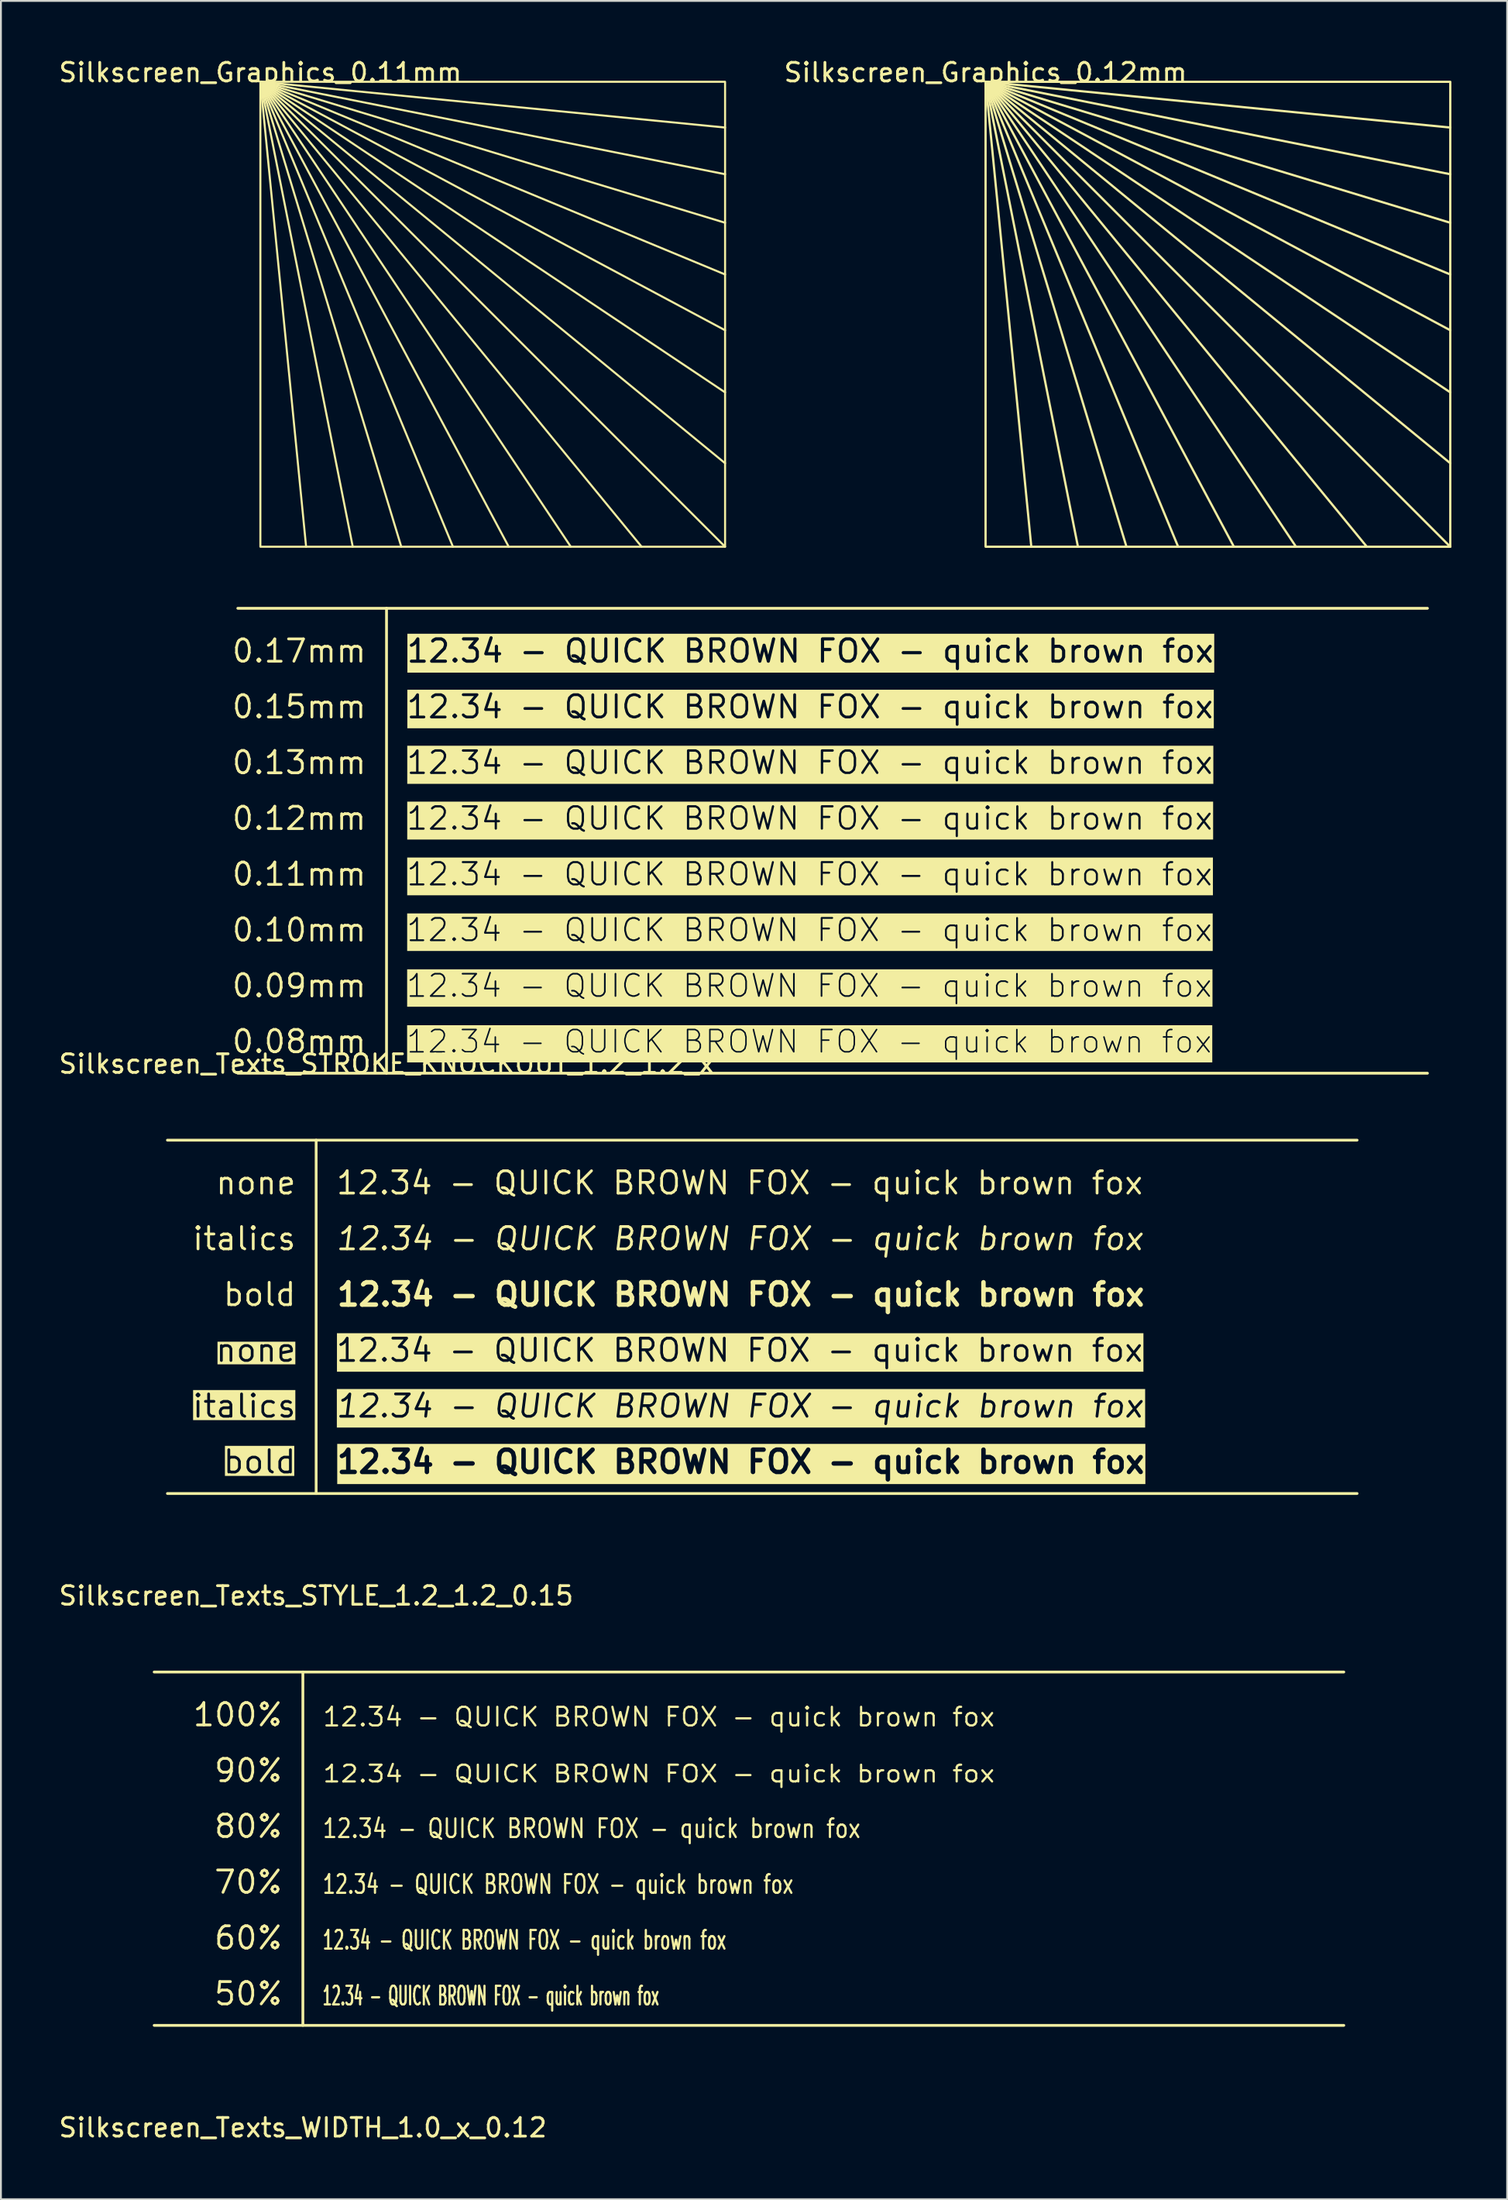
<source format=kicad_pcb>
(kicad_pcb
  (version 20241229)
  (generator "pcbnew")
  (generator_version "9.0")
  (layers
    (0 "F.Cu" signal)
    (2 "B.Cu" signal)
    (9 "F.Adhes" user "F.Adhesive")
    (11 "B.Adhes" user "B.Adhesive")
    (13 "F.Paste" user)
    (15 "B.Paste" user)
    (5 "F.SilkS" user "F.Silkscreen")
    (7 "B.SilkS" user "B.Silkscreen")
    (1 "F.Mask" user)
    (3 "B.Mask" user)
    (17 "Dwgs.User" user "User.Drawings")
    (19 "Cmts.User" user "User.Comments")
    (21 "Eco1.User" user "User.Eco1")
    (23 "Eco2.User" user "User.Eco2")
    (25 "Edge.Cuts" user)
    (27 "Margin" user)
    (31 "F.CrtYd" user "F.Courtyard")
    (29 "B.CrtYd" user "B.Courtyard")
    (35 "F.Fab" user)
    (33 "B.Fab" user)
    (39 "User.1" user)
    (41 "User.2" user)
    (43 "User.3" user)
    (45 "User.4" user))
  (footprint "Silkscreen_Graphics_0.12mm"
    (layer "F.Cu")
    (at 49.972 1.348)
    (property "Reference" "Silkscreen_Graphics_0.12mm" (at 0 -0.5 0) (unlocked yes) (layer "F.SilkS") (effects (font (size 1 1) (thickness 0.15))))
    (fp_line (start 0 0) (end 2.46 25) (stroke (width 0.12) (type default)) (layer "F.SilkS"))
    (fp_line (start 0 0) (end 4.97 25) (stroke (width 0.12) (type default)) (layer "F.SilkS"))
    (fp_line (start 0 0) (end 7.58 25) (stroke (width 0.12) (type default)) (layer "F.SilkS"))
    (fp_line (start 0 0) (end 10.36 25) (stroke (width 0.12) (type default)) (layer "F.SilkS"))
    (fp_line (start 0 0) (end 13.36 25) (stroke (width 0.12) (type default)) (layer "F.SilkS"))
    (fp_line (start 0 0) (end 16.7 25) (stroke (width 0.12) (type default)) (layer "F.SilkS"))
    (fp_line (start 0 0) (end 20.51 25) (stroke (width 0.12) (type default)) (layer "F.SilkS"))
    (fp_line (start 0 0) (end 25 2.46) (stroke (width 0.12) (type default)) (layer "F.SilkS"))
    (fp_line (start 0 0) (end 25 4.97) (stroke (width 0.12) (type default)) (layer "F.SilkS"))
    (fp_line (start 0 0) (end 25 7.58) (stroke (width 0.12) (type default)) (layer "F.SilkS"))
    (fp_line (start 0 0) (end 25 10.36) (stroke (width 0.12) (type default)) (layer "F.SilkS"))
    (fp_line (start 0 0) (end 25 13.36) (stroke (width 0.12) (type default)) (layer "F.SilkS"))
    (fp_line (start 0 0) (end 25 16.7) (stroke (width 0.12) (type default)) (layer "F.SilkS"))
    (fp_line (start 0 0) (end 25 20.51) (stroke (width 0.12) (type default)) (layer "F.SilkS"))
    (fp_line (start 0 0) (end 25 25) (stroke (width 0.12) (type default)) (layer "F.SilkS"))
    (fp_rect (start 0 0) (end 25 25) (stroke (width 0.12) (type default)) (fill no) (layer "F.SilkS")))
  (footprint "Silkscreen_Texts_STYLE_1.2_1.2_0.15"
    (layer "F.Cu")
    (at 13.958 58.257)
    (property "Reference" "Silkscreen_Texts_STYLE_1.2_1.2_0.15" (at 0 24.5 0) (unlocked yes) (layer "F.SilkS") (effects (font (size 1 1) (thickness 0.15))))
    (fp_line (start -8 0) (end 56 0) (stroke (width 0.15) (type default)) (layer "F.SilkS"))
    (fp_line (start -8 19) (end 56 19) (stroke (width 0.15) (type default)) (layer "F.SilkS"))
    (fp_line (start 0 19) (end 0 0) (stroke (width 0.15) (type default)) (layer "F.SilkS"))
    (fp_text user "12.34 - QUICK BROWN FOX - quick brown fox " (at 1 12 0) (unlocked yes) (layer "F.SilkS" knockout) (effects (font (size 1.2 1.2) (thickness 0.15)) (justify left bottom)))
    (fp_text user "none" (at -1 12 0) (unlocked yes) (layer "F.SilkS" knockout) (effects (font (size 1.2 1.2) (thickness 0.15)) (justify right bottom)))
    (fp_text user "12.34 - QUICK BROWN FOX - quick brown fox " (at 1 9 0) (unlocked yes) (layer "F.SilkS") (effects (font (size 1.2 1.2) (thickness 0.24) (bold yes)) (justify left bottom)))
    (fp_text user "12.34 - QUICK BROWN FOX - quick brown fox " (at 1 18 0) (unlocked yes) (layer "F.SilkS" knockout) (effects (font (size 1.2 1.2) (thickness 0.24) (bold yes)) (justify left bottom)))
    (fp_text user "12.34 - QUICK BROWN FOX - quick brown fox " (at 1 15 0) (unlocked yes) (layer "F.SilkS" knockout) (effects (font (size 1.2 1.2) (thickness 0.15) (italic yes)) (justify left bottom)))
    (fp_text user "bold" (at -1 9 0) (unlocked yes) (layer "F.SilkS") (effects (font (size 1.2 1.2) (thickness 0.15)) (justify right bottom)))
    (fp_text user "12.34 - QUICK BROWN FOX - quick brown fox " (at 1 6 0) (unlocked yes) (layer "F.SilkS") (effects (font (size 1.2 1.2) (thickness 0.15) (italic yes)) (justify left bottom)))
    (fp_text user "italics" (at -1 6 0) (unlocked yes) (layer "F.SilkS") (effects (font (size 1.2 1.2) (thickness 0.15)) (justify right bottom)))
    (fp_text user "italics" (at -1 15 0) (unlocked yes) (layer "F.SilkS" knockout) (effects (font (size 1.2 1.2) (thickness 0.15)) (justify right bottom)))
    (fp_text user "12.34 - QUICK BROWN FOX - quick brown fox " (at 1 3 0) (unlocked yes) (layer "F.SilkS") (effects (font (size 1.2 1.2) (thickness 0.15)) (justify left bottom)))
    (fp_text user "none" (at -1 3 0) (unlocked yes) (layer "F.SilkS") (effects (font (size 1.2 1.2) (thickness 0.15)) (justify right bottom)))
    (fp_text user "bold" (at -1 18 0) (unlocked yes) (layer "F.SilkS" knockout) (effects (font (size 1.2 1.2) (thickness 0.15)) (justify right bottom))))
  (footprint "Silkscreen_Texts_STROKE_KNOCKOUT_1.2_1.2_x"
    (layer "F.Cu")
    (at 17.744 29.658)
    (property "Reference" "Silkscreen_Texts_STROKE_KNOCKOUT_1.2_1.2_x" (at 0 24.5 0) (unlocked yes) (layer "F.SilkS") (effects (font (size 1 1) (thickness 0.15))))
    (fp_line (start -8 0) (end 56 0) (stroke (width 0.15) (type default)) (layer "F.SilkS"))
    (fp_line (start -8 25) (end 56 25) (stroke (width 0.15) (type default)) (layer "F.SilkS"))
    (fp_line (start 0 25) (end 0 0) (stroke (width 0.15) (type default)) (layer "F.SilkS"))
    (fp_text user "12.34 - QUICK BROWN FOX - quick brown fox " (at 1 15 0) (unlocked yes) (layer "F.SilkS" knockout) (effects (font (size 1.2 1.2) (thickness 0.11)) (justify left bottom)))
    (fp_text user "12.34 - QUICK BROWN FOX - quick brown fox " (at 1 12 0) (unlocked yes) (layer "F.SilkS" knockout) (effects (font (size 1.2 1.2) (thickness 0.12)) (justify left bottom)))
    (fp_text user "0.12mm" (at -1 12 0) (unlocked yes) (layer "F.SilkS") (effects (font (size 1.2 1.2) (thickness 0.15)) (justify right bottom)))
    (fp_text user "12.34 - QUICK BROWN FOX - quick brown fox " (at 1 9 0) (unlocked yes) (layer "F.SilkS" knockout) (effects (font (size 1.2 1.2) (thickness 0.13)) (justify left bottom)))
    (fp_text user "0.09mm" (at -1 21 0) (unlocked yes) (layer "F.SilkS") (effects (font (size 1.2 1.2) (thickness 0.15)) (justify right bottom)))
    (fp_text user "12.34 - QUICK BROWN FOX - quick brown fox " (at 1 3 0) (unlocked yes) (layer "F.SilkS" knockout) (effects (font (size 1.2 1.2) (thickness 0.17)) (justify left bottom)))
    (fp_text user "12.34 - QUICK BROWN FOX - quick brown fox " (at 1 21 0) (unlocked yes) (layer "F.SilkS" knockout) (effects (font (size 1.2 1.2) (thickness 0.09)) (justify left bottom)))
    (fp_text user "12.34 - QUICK BROWN FOX - quick brown fox " (at 1 24 0) (unlocked yes) (layer "F.SilkS" knockout) (effects (font (size 1.2 1.2) (thickness 0.08)) (justify left bottom)))
    (fp_text user "0.08mm" (at -1 24 0) (unlocked yes) (layer "F.SilkS") (effects (font (size 1.2 1.2) (thickness 0.15)) (justify right bottom)))
    (fp_text user "12.34 - QUICK BROWN FOX - quick brown fox " (at 1 6 0) (unlocked yes) (layer "F.SilkS" knockout) (effects (font (size 1.2 1.2) (thickness 0.15)) (justify left bottom)))
    (fp_text user "0.11mm" (at -1 15 0) (unlocked yes) (layer "F.SilkS") (effects (font (size 1.2 1.2) (thickness 0.15)) (justify right bottom)))
    (fp_text user "0.15mm" (at -1 6 0) (unlocked yes) (layer "F.SilkS") (effects (font (size 1.2 1.2) (thickness 0.15)) (justify right bottom)))
    (fp_text user "0.13mm" (at -1 9 0) (unlocked yes) (layer "F.SilkS") (effects (font (size 1.2 1.2) (thickness 0.15)) (justify right bottom)))
    (fp_text user "0.10mm" (at -1 18 0) (unlocked yes) (layer "F.SilkS") (effects (font (size 1.2 1.2) (thickness 0.15)) (justify right bottom)))
    (fp_text user "0.17mm" (at -1 3 0) (unlocked yes) (layer "F.SilkS") (effects (font (size 1.2 1.2) (thickness 0.15)) (justify right bottom)))
    (fp_text user "12.34 - QUICK BROWN FOX - quick brown fox " (at 1 18 0) (unlocked yes) (layer "F.SilkS" knockout) (effects (font (size 1.2 1.2) (thickness 0.1)) (justify left bottom))))
  (footprint "Silkscreen_Graphics_0.11mm"
    (layer "F.Cu")
    (at 10.958 1.348)
    (property "Reference" "Silkscreen_Graphics_0.11mm" (at 0 -0.5 0) (unlocked yes) (layer "F.SilkS") (effects (font (size 1 1) (thickness 0.15))))
    (fp_line (start 0 0) (end 2.46 25) (stroke (width 0.11) (type default)) (layer "F.SilkS"))
    (fp_line (start 0 0) (end 4.97 25) (stroke (width 0.11) (type default)) (layer "F.SilkS"))
    (fp_line (start 0 0) (end 7.58 25) (stroke (width 0.11) (type default)) (layer "F.SilkS"))
    (fp_line (start 0 0) (end 10.36 25) (stroke (width 0.11) (type default)) (layer "F.SilkS"))
    (fp_line (start 0 0) (end 13.36 25) (stroke (width 0.11) (type default)) (layer "F.SilkS"))
    (fp_line (start 0 0) (end 16.7 25) (stroke (width 0.11) (type default)) (layer "F.SilkS"))
    (fp_line (start 0 0) (end 20.51 25) (stroke (width 0.11) (type default)) (layer "F.SilkS"))
    (fp_line (start 0 0) (end 25 2.46) (stroke (width 0.11) (type default)) (layer "F.SilkS"))
    (fp_line (start 0 0) (end 25 4.97) (stroke (width 0.11) (type default)) (layer "F.SilkS"))
    (fp_line (start 0 0) (end 25 7.58) (stroke (width 0.11) (type default)) (layer "F.SilkS"))
    (fp_line (start 0 0) (end 25 10.36) (stroke (width 0.11) (type default)) (layer "F.SilkS"))
    (fp_line (start 0 0) (end 25 13.36) (stroke (width 0.11) (type default)) (layer "F.SilkS"))
    (fp_line (start 0 0) (end 25 16.7) (stroke (width 0.11) (type default)) (layer "F.SilkS"))
    (fp_line (start 0 0) (end 25 20.51) (stroke (width 0.11) (type default)) (layer "F.SilkS"))
    (fp_line (start 0 0) (end 25 25) (stroke (width 0.11) (type default)) (layer "F.SilkS"))
    (fp_rect (start 0 0) (end 25 25) (stroke (width 0.11) (type default)) (fill no) (layer "F.SilkS")))
  (footprint "Silkscreen_Texts_WIDTH_1.0_x_0.12"
    (layer "F.Cu")
    (at 13.244 86.855)
    (property "Reference" "Silkscreen_Texts_WIDTH_1.0_x_0.12" (at 0 24.5 0) (unlocked yes) (layer "F.SilkS") (effects (font (size 1 1) (thickness 0.15))))
    (fp_line (start -8 0) (end 56 0) (stroke (width 0.15) (type default)) (layer "F.SilkS"))
    (fp_line (start -8 19) (end 56 19) (stroke (width 0.15) (type default)) (layer "F.SilkS"))
    (fp_line (start 0 19) (end 0 0) (stroke (width 0.15) (type default)) (layer "F.SilkS"))
    (fp_text user "70%" (at -1 12 0) (unlocked yes) (layer "F.SilkS") (effects (font (size 1.2 1.2) (thickness 0.15)) (justify right bottom)))
    (fp_text user "12.34 - QUICK BROWN FOX - quick brown fox " (at 1 18 0) (unlocked yes) (layer "F.SilkS") (effects (font (size 1 0.5) (thickness 0.12)) (justify left bottom)))
    (fp_text user "12.34 - QUICK BROWN FOX - quick brown fox " (at 1 9 0) (unlocked yes) (layer "F.SilkS") (effects (font (size 1 0.8) (thickness 0.12)) (justify left bottom)))
    (fp_text user "12.34 - QUICK BROWN FOX - quick brown fox " (at 1 3 0) (unlocked yes) (layer "F.SilkS") (effects (font (size 1 1) (thickness 0.12)) (justify left bottom)))
    (fp_text user "12.34 - QUICK BROWN FOX - quick brown fox " (at 1 6 0) (unlocked yes) (layer "F.SilkS") (effects (font (size 0.9 1) (thickness 0.12)) (justify left bottom)))
    (fp_text user "90%" (at -1 6 0) (unlocked yes) (layer "F.SilkS") (effects (font (size 1.2 1.2) (thickness 0.15)) (justify right bottom)))
    (fp_text user "12.34 - QUICK BROWN FOX - quick brown fox " (at 1 15 0) (unlocked yes) (layer "F.SilkS") (effects (font (size 1 0.6) (thickness 0.12)) (justify left bottom)))
    (fp_text user "80%" (at -1 9 0) (unlocked yes) (layer "F.SilkS") (effects (font (size 1.2 1.2) (thickness 0.15)) (justify right bottom)))
    (fp_text user "100%" (at -1 3 0) (unlocked yes) (layer "F.SilkS") (effects (font (size 1.2 1.2) (thickness 0.15)) (justify right bottom)))
    (fp_text user "12.34 - QUICK BROWN FOX - quick brown fox " (at 1 12 0) (unlocked yes) (layer "F.SilkS") (effects (font (size 1 0.7) (thickness 0.12)) (justify left bottom)))
    (fp_text user "50%" (at -1 18 0) (unlocked yes) (layer "F.SilkS") (effects (font (size 1.2 1.2) (thickness 0.15)) (justify right bottom)))
    (fp_text user "60%" (at -1 15 0) (unlocked yes) (layer "F.SilkS") (effects (font (size 1.2 1.2) (thickness 0.15)) (justify right bottom))))
  (gr_rect
    (start -3 -3)
    (end 78.032 115.203)
    (stroke (width 0.1) (type default))
    (fill no)
    (layer "Edge.Cuts")))
</source>
